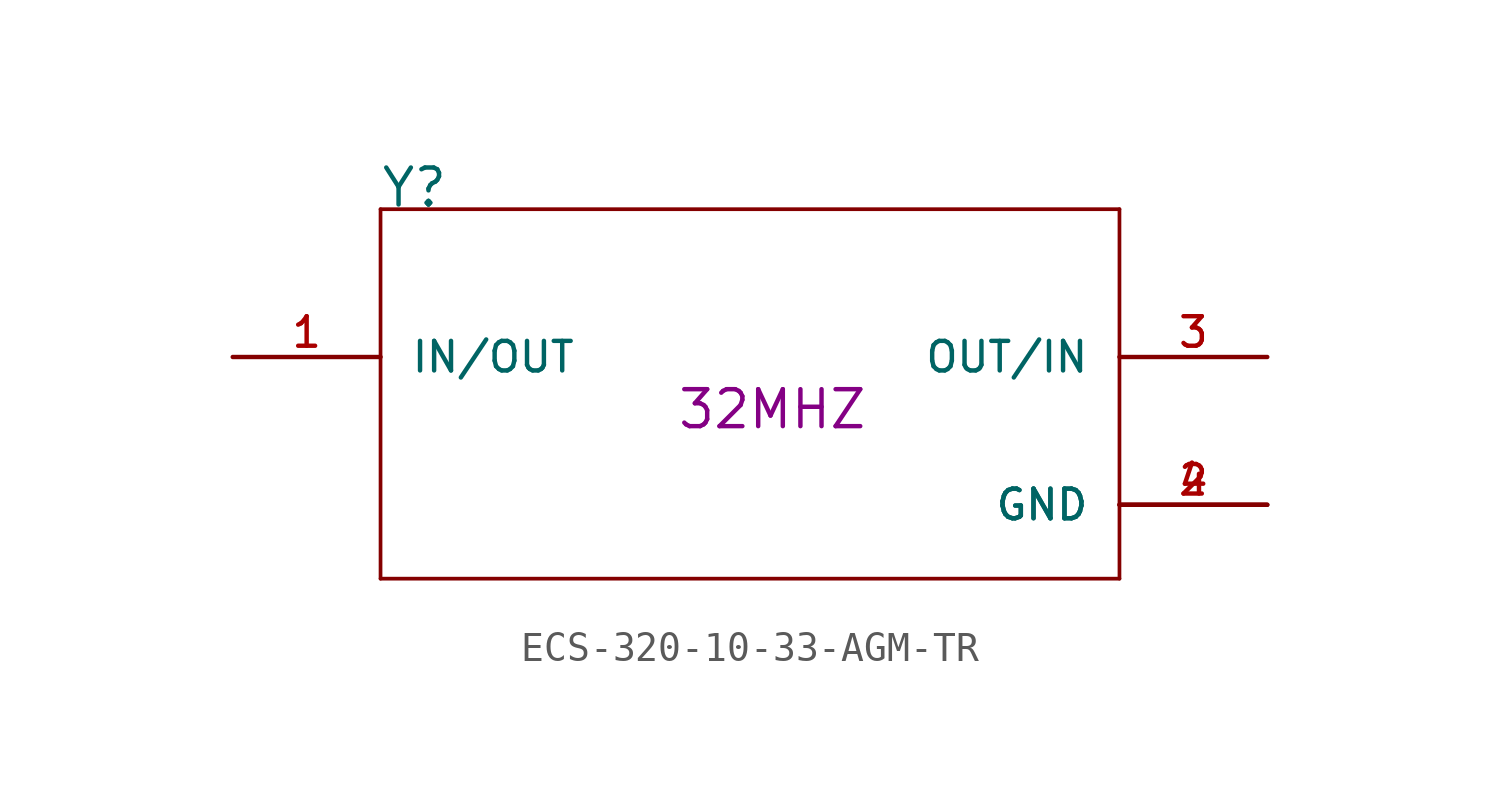
<source format=kicad_sym>
(kicad_symbol_lib
  (version 20220914)
  (generator kicad_symbol_editor)
  (symbol "ECS-320-10-33-AGM-TR"
    (pin_names
      (offset 1.016))
    (property "Reference" "Y"
      (at -12.725 7.62 0)
      (effects (font (size 1.27 1.27)) (justify left bottom)))
    (property "Veld5" "32MHZ"
      (at -2.54 0 0)
      (effects (font (size 1.27 1.27)) (justify left bottom)))
    (symbol "ECS-320-10-33-AGM-TR_0_0"
      (polyline (pts (xy -12.7 -5.08) (xy 12.7 -5.08)) (stroke (width 0.127) (type solid)) (fill (type none)))
      (polyline (pts (xy -12.7 7.62) (xy -12.7 -5.08)) (stroke (width 0.127) (type solid)) (fill (type none)))
      (polyline (pts (xy 12.7 -5.08) (xy 12.7 7.62)) (stroke (width 0.127) (type solid)) (fill (type none)))
      (polyline (pts (xy 12.7 7.62) (xy -12.7 7.62)) (stroke (width 0.127) (type solid)) (fill (type none)))
      (pin bidirectional line (at -17.78 2.54 0) (length 5.08) (name "IN/OUT" (effects (font (size 1.016 1.016)))) (number "1" (effects (font (size 1.016 1.016)))))
      (pin power_in line (at 17.78 -2.54 180) (length 5.08) (name "GND" (effects (font (size 1.016 1.016)))) (number "2" (effects (font (size 1.016 1.016)))))
      (pin bidirectional line (at 17.78 2.54 180) (length 5.08) (name "OUT/IN" (effects (font (size 1.016 1.016)))) (number "3" (effects (font (size 1.016 1.016)))))
      (pin power_in line (at 17.78 -2.54 180) (length 5.08) (name "GND" (effects (font (size 1.016 1.016)))) (number "4" (effects (font (size 1.016 1.016))))))))
</source>
